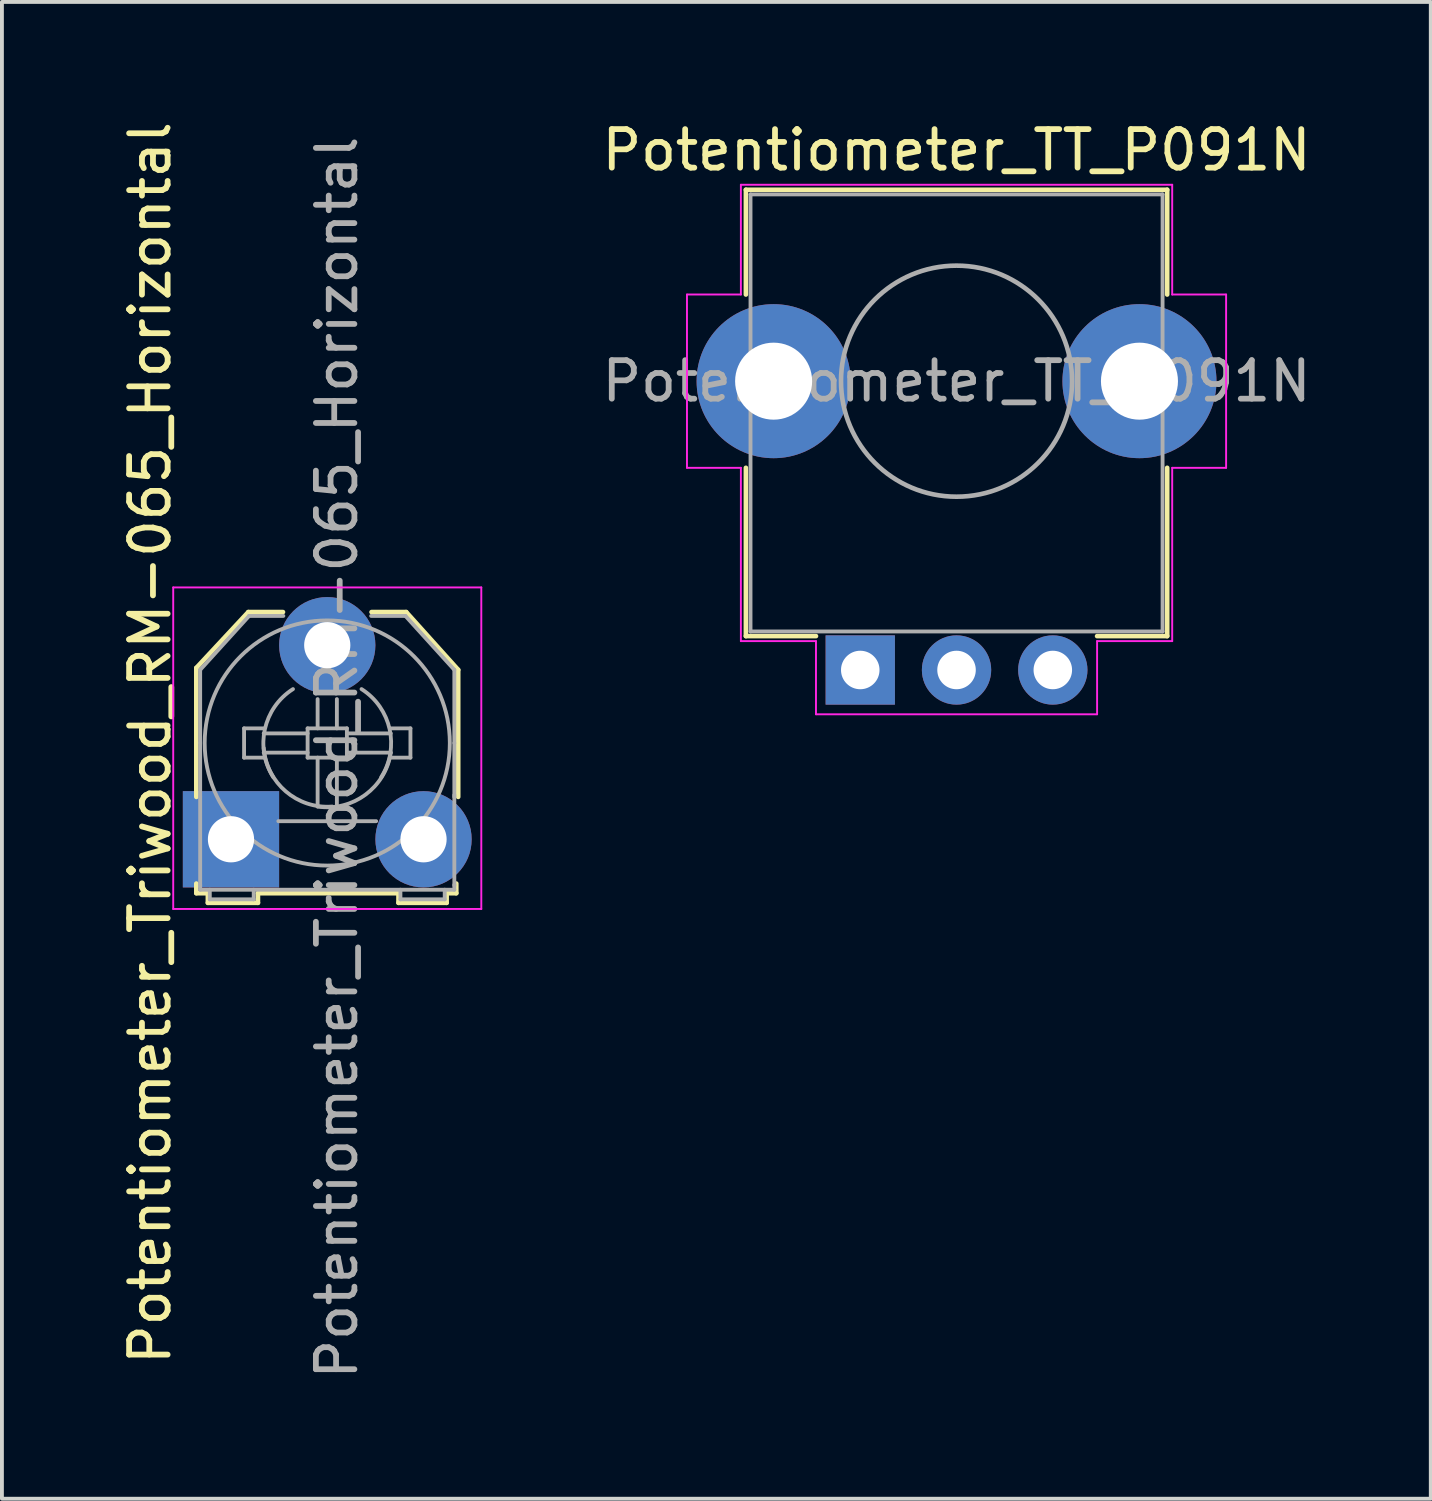
<source format=kicad_pcb>
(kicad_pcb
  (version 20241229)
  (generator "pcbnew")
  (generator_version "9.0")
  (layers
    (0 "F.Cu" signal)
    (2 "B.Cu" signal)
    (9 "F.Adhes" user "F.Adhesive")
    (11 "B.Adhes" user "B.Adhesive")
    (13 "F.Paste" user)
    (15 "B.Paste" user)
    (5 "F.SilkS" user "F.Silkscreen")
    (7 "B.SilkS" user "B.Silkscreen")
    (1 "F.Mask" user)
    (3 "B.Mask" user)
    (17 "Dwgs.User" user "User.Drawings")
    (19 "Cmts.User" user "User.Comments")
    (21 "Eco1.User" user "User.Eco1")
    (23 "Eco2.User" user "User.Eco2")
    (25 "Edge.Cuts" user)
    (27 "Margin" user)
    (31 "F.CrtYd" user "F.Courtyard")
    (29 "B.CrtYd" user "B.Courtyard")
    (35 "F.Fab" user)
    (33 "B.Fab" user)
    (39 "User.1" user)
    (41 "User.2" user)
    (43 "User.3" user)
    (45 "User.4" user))
  (footprint "Potentiometer_Triwood_RM-065_Horizontal"
    (layer "F.Cu")
    (at 2.948 18.744)
    (property "Reference" "Potentiometer_Triwood_RM-065_Horizontal" (at -2.1 -2.5 90) (layer "F.SilkS") (effects (font (size 1 1) (thickness 0.15))))
    (attr through_hole)
    (fp_line (start -0.9 -4.45) (end 0.45 -5.9) (stroke (width 0.12) (type solid)) (layer "F.SilkS"))
    (fp_line (start -0.9 -1.1) (end -0.9 -4.45) (stroke (width 0.12) (type solid)) (layer "F.SilkS"))
    (fp_line (start -0.9 1.4) (end -0.9 1.15) (stroke (width 0.12) (type solid)) (layer "F.SilkS"))
    (fp_line (start -0.6 1.4) (end -0.9 1.4) (stroke (width 0.12) (type solid)) (layer "F.SilkS"))
    (fp_line (start -0.6 1.65) (end -0.6 1.4) (stroke (width 0.12) (type solid)) (layer "F.SilkS"))
    (fp_line (start 0.45 -5.9) (end 1.35 -5.9) (stroke (width 0.12) (type solid)) (layer "F.SilkS"))
    (fp_line (start 0.7 1.4) (end 0.7 1.65) (stroke (width 0.12) (type solid)) (layer "F.SilkS"))
    (fp_line (start 0.7 1.65) (end -0.6 1.65) (stroke (width 0.12) (type solid)) (layer "F.SilkS"))
    (fp_line (start 3.65 -5.9) (end 4.55 -5.9) (stroke (width 0.12) (type solid)) (layer "F.SilkS"))
    (fp_line (start 4.35 1.4) (end 0.7 1.4) (stroke (width 0.12) (type solid)) (layer "F.SilkS"))
    (fp_line (start 4.35 1.65) (end 4.35 1.4) (stroke (width 0.12) (type solid)) (layer "F.SilkS"))
    (fp_line (start 4.55 -5.9) (end 5.9 -4.4) (stroke (width 0.12) (type solid)) (layer "F.SilkS"))
    (fp_line (start 5.6 1.4) (end 5.6 1.65) (stroke (width 0.12) (type solid)) (layer "F.SilkS"))
    (fp_line (start 5.6 1.65) (end 4.35 1.65) (stroke (width 0.12) (type solid)) (layer "F.SilkS"))
    (fp_line (start 5.85 1.15) (end 5.85 1.4) (stroke (width 0.12) (type solid)) (layer "F.SilkS"))
    (fp_line (start 5.85 1.4) (end 5.6 1.4) (stroke (width 0.12) (type solid)) (layer "F.SilkS"))
    (fp_line (start 5.9 -4.4) (end 5.9 -1.1) (stroke (width 0.12) (type solid)) (layer "F.SilkS"))
    (fp_line (start -1.5 -6.54) (end -1.5 1.81) (stroke (width 0.05) (type solid)) (layer "F.CrtYd"))
    (fp_line (start -1.5 -6.54) (end 6.5 -6.54) (stroke (width 0.05) (type solid)) (layer "F.CrtYd"))
    (fp_line (start 6.5 1.81) (end -1.5 1.81) (stroke (width 0.05) (type solid)) (layer "F.CrtYd"))
    (fp_line (start 6.5 1.81) (end 6.5 -6.54) (stroke (width 0.05) (type solid)) (layer "F.CrtYd"))
    (fp_line (start -0.8 -4.4) (end -0.8 -2.5) (stroke (width 0.1) (type solid)) (layer "F.Fab"))
    (fp_line (start -0.8 -2.5) (end -0.8 -1.1) (stroke (width 0.1) (type solid)) (layer "F.Fab"))
    (fp_line (start -0.8 -1.1) (end -0.8 1.2) (stroke (width 0.1) (type solid)) (layer "F.Fab"))
    (fp_line (start -0.8 1.31) (end -0.8 1.18) (stroke (width 0.1) (type solid)) (layer "F.Fab"))
    (fp_line (start -0.8 1.31) (end 5.8 1.31) (stroke (width 0.1) (type solid)) (layer "F.Fab"))
    (fp_line (start -0.55 1.31) (end -0.55 1.56) (stroke (width 0.1) (type solid)) (layer "F.Fab"))
    (fp_line (start -0.55 1.56) (end 0.59 1.56) (stroke (width 0.1) (type solid)) (layer "F.Fab"))
    (fp_line (start 0.34 -2.88) (end 0.34 -2.12) (stroke (width 0.1) (type solid)) (layer "F.Fab"))
    (fp_line (start 0.34 -2.12) (end 0.85 -2.12) (stroke (width 0.1) (type solid)) (layer "F.Fab"))
    (fp_line (start 0.47 -5.8) (end -0.8 -4.4) (stroke (width 0.1) (type solid)) (layer "F.Fab"))
    (fp_line (start 0.59 1.56) (end 0.59 1.31) (stroke (width 0.1) (type solid)) (layer "F.Fab"))
    (fp_line (start 0.85 -2.88) (end 0.34 -2.88) (stroke (width 0.1) (type solid)) (layer "F.Fab"))
    (fp_line (start 1.23 -0.47) (end 3.77 -0.47) (stroke (width 0.1) (type solid)) (layer "F.Fab"))
    (fp_line (start 1.36 -5.8) (end 0.47 -5.8) (stroke (width 0.1) (type solid)) (layer "F.Fab"))
    (fp_line (start 1.99 -2.88) (end 1.99 -2.12) (stroke (width 0.1) (type solid)) (layer "F.Fab"))
    (fp_line (start 1.99 -2.75) (end 0.85 -2.75) (stroke (width 0.1) (type solid)) (layer "F.Fab"))
    (fp_line (start 1.99 -2.25) (end 0.85 -2.25) (stroke (width 0.1) (type solid)) (layer "F.Fab"))
    (fp_line (start 1.99 -2.12) (end 3.01 -2.12) (stroke (width 0.1) (type solid)) (layer "F.Fab"))
    (fp_line (start 2.25 -2.88) (end 2.25 -3.64) (stroke (width 0.1) (type solid)) (layer "F.Fab"))
    (fp_line (start 2.25 -2.12) (end 2.25 -0.85) (stroke (width 0.1) (type solid)) (layer "F.Fab"))
    (fp_line (start 2.75 -2.88) (end 2.75 -3.64) (stroke (width 0.1) (type solid)) (layer "F.Fab"))
    (fp_line (start 2.75 -2.12) (end 2.75 -0.85) (stroke (width 0.1) (type solid)) (layer "F.Fab"))
    (fp_line (start 3.01 -2.88) (end 1.99 -2.88) (stroke (width 0.1) (type solid)) (layer "F.Fab"))
    (fp_line (start 3.01 -2.75) (end 4.15 -2.75) (stroke (width 0.1) (type solid)) (layer "F.Fab"))
    (fp_line (start 3.01 -2.25) (end 4.15 -2.25) (stroke (width 0.1) (type solid)) (layer "F.Fab"))
    (fp_line (start 3.01 -2.12) (end 3.01 -2.88) (stroke (width 0.1) (type solid)) (layer "F.Fab"))
    (fp_line (start 4.15 -2.88) (end 4.66 -2.88) (stroke (width 0.1) (type solid)) (layer "F.Fab"))
    (fp_line (start 4.4 1.56) (end 4.4 1.31) (stroke (width 0.1) (type solid)) (layer "F.Fab"))
    (fp_line (start 4.53 -5.8) (end 3.64 -5.8) (stroke (width 0.1) (type solid)) (layer "F.Fab"))
    (fp_line (start 4.53 -5.8) (end 5.8 -4.4) (stroke (width 0.1) (type solid)) (layer "F.Fab"))
    (fp_line (start 4.66 -2.88) (end 4.66 -2.12) (stroke (width 0.1) (type solid)) (layer "F.Fab"))
    (fp_line (start 4.66 -2.12) (end 4.15 -2.12) (stroke (width 0.1) (type solid)) (layer "F.Fab"))
    (fp_line (start 5.55 1.31) (end 5.55 1.56) (stroke (width 0.1) (type solid)) (layer "F.Fab"))
    (fp_line (start 5.55 1.56) (end 4.4 1.56) (stroke (width 0.1) (type solid)) (layer "F.Fab"))
    (fp_line (start 5.8 -4.4) (end 5.8 -2.5) (stroke (width 0.1) (type solid)) (layer "F.Fab"))
    (fp_line (start 5.8 -2.5) (end 5.8 -1.1) (stroke (width 0.1) (type solid)) (layer "F.Fab"))
    (fp_line (start 5.8 1.2) (end 5.8 -1.15) (stroke (width 0.1) (type solid)) (layer "F.Fab"))
    (fp_line (start 5.8 1.31) (end 5.8 1.18) (stroke (width 0.1) (type solid)) (layer "F.Fab"))
    (fp_arc (start 1.1 -1.61) (mid 0.880725 -2.860624) (end 1.61 -3.9) (stroke (width 0.1) (type solid)) (layer "F.Fab"))
    (fp_arc (start 2.63 -0.85) (mid 1.425198 -1.24135) (end 0.85 -2.37) (stroke (width 0.1) (type solid)) (layer "F.Fab"))
    (fp_arc (start 3.39 -3.9) (mid 4.119275 -2.860624) (end 3.9 -1.61) (stroke (width 0.1) (type solid)) (layer "F.Fab"))
    (fp_arc (start 4.15 -2.25) (mid 3.489949 -1.156497) (end 2.25 -0.85) (stroke (width 0.1) (type solid)) (layer "F.Fab"))
    (fp_circle (center 2.5 -2.5) (end 4.7 -0.2) (stroke (width 0.1) (type solid)) (fill no) (layer "F.Fab"))
    (fp_text user "${REFERENCE}" (at 2.75 -2.12 90) (layer "F.Fab") (effects (font (size 1 1) (thickness 0.15))))
    (pad "1" thru_hole rect (at 0 0) (size 2.5 2.5) (drill 1.2) (layers "*.Cu" "*.Mask"))
    (pad "2" thru_hole circle (at 2.5 -5.04) (size 2.5 2.5) (drill 1.2) (layers "*.Cu" "*.Mask"))
    (pad "3" thru_hole circle (at 5 0) (size 2.5 2.5) (drill 1.2) (layers "*.Cu" "*.Mask")))
  (footprint "Potentiometer_TT_P091N"
    (layer "F.Cu")
    (at 19.289 14.348)
    (property "Reference" "Potentiometer_TT_P091N" (at 2.5 -13.5 0) (layer "F.SilkS") (effects (font (size 1 1) (thickness 0.15))))
    (attr through_hole)
    (fp_line (start -2.97 -12.47) (end -2.97 -9.75) (stroke (width 0.12) (type solid)) (layer "F.SilkS"))
    (fp_line (start -2.97 -5.25) (end -2.97 -0.88) (stroke (width 0.12) (type solid)) (layer "F.SilkS"))
    (fp_line (start -1.15 -0.88) (end -2.97 -0.88) (stroke (width 0.12) (type solid)) (layer "F.SilkS"))
    (fp_line (start 7.97 -12.47) (end -2.97 -12.47) (stroke (width 0.12) (type solid)) (layer "F.SilkS"))
    (fp_line (start 7.97 -12.47) (end 7.97 -9.75) (stroke (width 0.12) (type solid)) (layer "F.SilkS"))
    (fp_line (start 7.97 -5.25) (end 7.97 -0.88) (stroke (width 0.12) (type solid)) (layer "F.SilkS"))
    (fp_line (start 7.97 -0.88) (end 6.15 -0.88) (stroke (width 0.12) (type solid)) (layer "F.SilkS"))
    (fp_line (start -4.5 -5.25) (end -4.5 -9.75) (stroke (width 0.05) (type solid)) (layer "F.CrtYd"))
    (fp_line (start -3.1 -12.6) (end 8.1 -12.6) (stroke (width 0.05) (type solid)) (layer "F.CrtYd"))
    (fp_line (start -3.1 -9.75) (end -4.5 -9.75) (stroke (width 0.05) (type solid)) (layer "F.CrtYd"))
    (fp_line (start -3.1 -9.75) (end -3.1 -12.6) (stroke (width 0.05) (type solid)) (layer "F.CrtYd"))
    (fp_line (start -3.1 -5.25) (end -4.5 -5.25) (stroke (width 0.05) (type solid)) (layer "F.CrtYd"))
    (fp_line (start -3.1 -0.75) (end -3.1 -5.25) (stroke (width 0.05) (type solid)) (layer "F.CrtYd"))
    (fp_line (start -1.15 -0.75) (end -3.1 -0.75) (stroke (width 0.05) (type solid)) (layer "F.CrtYd"))
    (fp_line (start -1.15 1.15) (end -1.15 -0.75) (stroke (width 0.05) (type solid)) (layer "F.CrtYd"))
    (fp_line (start 6.15 1.15) (end -1.15 1.15) (stroke (width 0.05) (type solid)) (layer "F.CrtYd"))
    (fp_line (start 6.15 1.15) (end 6.15 -0.75) (stroke (width 0.05) (type solid)) (layer "F.CrtYd"))
    (fp_line (start 8.1 -9.75) (end 8.1 -12.6) (stroke (width 0.05) (type solid)) (layer "F.CrtYd"))
    (fp_line (start 8.1 -0.75) (end 6.15 -0.75) (stroke (width 0.05) (type solid)) (layer "F.CrtYd"))
    (fp_line (start 8.1 -0.75) (end 8.1 -5.25) (stroke (width 0.05) (type solid)) (layer "F.CrtYd"))
    (fp_line (start 9.5 -9.75) (end 8.1 -9.75) (stroke (width 0.05) (type solid)) (layer "F.CrtYd"))
    (fp_line (start 9.5 -5.25) (end 8.1 -5.25) (stroke (width 0.05) (type solid)) (layer "F.CrtYd"))
    (fp_line (start 9.5 -5.25) (end 9.5 -9.75) (stroke (width 0.05) (type solid)) (layer "F.CrtYd"))
    (fp_line (start -2.85 -12.35) (end 7.85 -12.35) (stroke (width 0.1) (type solid)) (layer "F.Fab"))
    (fp_line (start -2.85 -1) (end -2.85 -12.35) (stroke (width 0.1) (type solid)) (layer "F.Fab"))
    (fp_line (start 7.85 -12.35) (end 7.85 -1) (stroke (width 0.1) (type solid)) (layer "F.Fab"))
    (fp_line (start 7.85 -1) (end -2.85 -1) (stroke (width 0.1) (type solid)) (layer "F.Fab"))
    (fp_circle (center 2.5 -7.5) (end 5.5 -7.5) (stroke (width 0.12) (type solid)) (fill no) (layer "F.Fab"))
    (fp_text user "${REFERENCE}" (at 2.5 -7.5 0) (layer "F.Fab") (effects (font (size 1 1) (thickness 0.15))))
    (pad "" thru_hole oval (at -2.25 -7.5) (size 4 4) (drill 2) (layers "*.Cu" "*.Mask"))
    (pad "" thru_hole oval (at 7.25 -7.5) (size 4 4) (drill 2) (layers "*.Cu" "*.Mask"))
    (pad "1" thru_hole rect (at 0 0) (size 1.8 1.8) (drill 1) (layers "*.Cu" "*.Mask"))
    (pad "2" thru_hole circle (at 2.5 0) (size 1.8 1.8) (drill 1) (layers "*.Cu" "*.Mask"))
    (pad "3" thru_hole circle (at 5 0) (size 1.8 1.8) (drill 1) (layers "*.Cu" "*.Mask")))
  (gr_rect
    (start -3 -3)
    (end 34.104 35.868)
    (stroke (width 0.1) (type default))
    (fill no)
    (layer "Edge.Cuts")))
</source>
